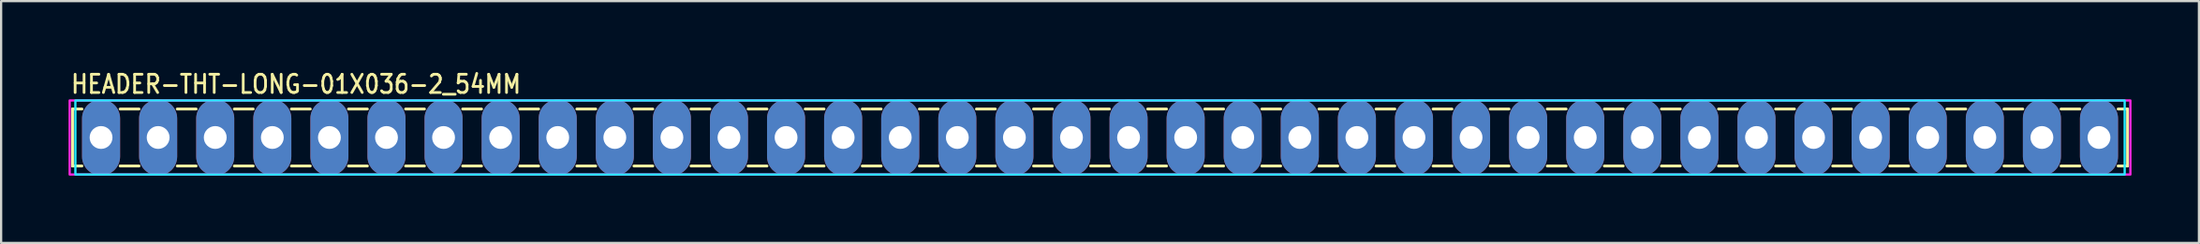
<source format=kicad_pcb>
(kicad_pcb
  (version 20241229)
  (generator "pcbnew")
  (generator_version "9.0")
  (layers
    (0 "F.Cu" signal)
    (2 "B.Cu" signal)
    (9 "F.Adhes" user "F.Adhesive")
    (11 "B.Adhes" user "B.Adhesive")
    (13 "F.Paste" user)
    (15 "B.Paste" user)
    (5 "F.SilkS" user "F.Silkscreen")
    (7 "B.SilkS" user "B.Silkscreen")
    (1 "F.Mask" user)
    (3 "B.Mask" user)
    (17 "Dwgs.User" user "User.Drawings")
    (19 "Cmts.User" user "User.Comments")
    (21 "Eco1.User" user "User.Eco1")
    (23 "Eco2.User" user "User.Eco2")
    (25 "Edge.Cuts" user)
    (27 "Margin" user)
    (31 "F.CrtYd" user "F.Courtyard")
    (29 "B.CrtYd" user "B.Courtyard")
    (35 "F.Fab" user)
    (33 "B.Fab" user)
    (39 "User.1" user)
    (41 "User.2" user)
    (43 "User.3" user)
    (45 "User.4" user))
  (footprint "HEADER-THT-LONG-01X036-2_54MM"
    (layer "F.Cu")
    (at 1.447 3.079)
    (property "Reference" "HEADER-THT-LONG-01X036-2_54MM" (at -1.4 -1.9 0) (unlocked yes) (layer "F.SilkS") (effects (font (size 0.813 0.695) (thickness 0.122)) (justify left bottom)))
    (fp_line (start -1.27 -1.27) (end -1.27 1.27) (stroke (width 0.127) (type solid)) (layer "F.SilkS"))
    (fp_line (start -1.27 1.27) (end -0.85 1.27) (stroke (width 0.127) (type solid)) (layer "F.SilkS"))
    (fp_line (start -0.85 -1.27) (end -1.27 -1.27) (stroke (width 0.127) (type solid)) (layer "F.SilkS"))
    (fp_line (start 0.85 -1.27) (end 1.69 -1.27) (stroke (width 0.127) (type solid)) (layer "F.SilkS"))
    (fp_line (start 0.85 1.27) (end 1.69 1.27) (stroke (width 0.127) (type solid)) (layer "F.SilkS"))
    (fp_line (start 3.39 -1.27) (end 4.23 -1.27) (stroke (width 0.127) (type solid)) (layer "F.SilkS"))
    (fp_line (start 3.39 1.27) (end 4.23 1.27) (stroke (width 0.127) (type solid)) (layer "F.SilkS"))
    (fp_line (start 5.93 -1.27) (end 6.77 -1.27) (stroke (width 0.127) (type solid)) (layer "F.SilkS"))
    (fp_line (start 5.93 1.27) (end 6.77 1.27) (stroke (width 0.127) (type solid)) (layer "F.SilkS"))
    (fp_line (start 8.47 -1.27) (end 9.31 -1.27) (stroke (width 0.127) (type solid)) (layer "F.SilkS"))
    (fp_line (start 8.47 1.27) (end 9.31 1.27) (stroke (width 0.127) (type solid)) (layer "F.SilkS"))
    (fp_line (start 11.01 -1.27) (end 11.85 -1.27) (stroke (width 0.127) (type solid)) (layer "F.SilkS"))
    (fp_line (start 11.01 1.27) (end 11.85 1.27) (stroke (width 0.127) (type solid)) (layer "F.SilkS"))
    (fp_line (start 13.55 -1.27) (end 14.39 -1.27) (stroke (width 0.127) (type solid)) (layer "F.SilkS"))
    (fp_line (start 13.55 1.27) (end 14.39 1.27) (stroke (width 0.127) (type solid)) (layer "F.SilkS"))
    (fp_line (start 16.09 -1.27) (end 16.93 -1.27) (stroke (width 0.127) (type solid)) (layer "F.SilkS"))
    (fp_line (start 16.09 1.27) (end 16.93 1.27) (stroke (width 0.127) (type solid)) (layer "F.SilkS"))
    (fp_line (start 18.63 -1.27) (end 19.47 -1.27) (stroke (width 0.127) (type solid)) (layer "F.SilkS"))
    (fp_line (start 18.63 1.27) (end 19.47 1.27) (stroke (width 0.127) (type solid)) (layer "F.SilkS"))
    (fp_line (start 21.17 -1.27) (end 22.01 -1.27) (stroke (width 0.127) (type solid)) (layer "F.SilkS"))
    (fp_line (start 21.17 1.27) (end 22.01 1.27) (stroke (width 0.127) (type solid)) (layer "F.SilkS"))
    (fp_line (start 23.71 -1.27) (end 24.55 -1.27) (stroke (width 0.127) (type solid)) (layer "F.SilkS"))
    (fp_line (start 23.71 1.27) (end 24.55 1.27) (stroke (width 0.127) (type solid)) (layer "F.SilkS"))
    (fp_line (start 26.25 -1.27) (end 27.09 -1.27) (stroke (width 0.127) (type solid)) (layer "F.SilkS"))
    (fp_line (start 26.25 1.27) (end 27.09 1.27) (stroke (width 0.127) (type solid)) (layer "F.SilkS"))
    (fp_line (start 28.79 -1.27) (end 29.63 -1.27) (stroke (width 0.127) (type solid)) (layer "F.SilkS"))
    (fp_line (start 28.79 1.27) (end 29.63 1.27) (stroke (width 0.127) (type solid)) (layer "F.SilkS"))
    (fp_line (start 31.33 -1.27) (end 32.17 -1.27) (stroke (width 0.127) (type solid)) (layer "F.SilkS"))
    (fp_line (start 31.33 1.27) (end 32.17 1.27) (stroke (width 0.127) (type solid)) (layer "F.SilkS"))
    (fp_line (start 33.87 -1.27) (end 34.71 -1.27) (stroke (width 0.127) (type solid)) (layer "F.SilkS"))
    (fp_line (start 33.87 1.27) (end 34.71 1.27) (stroke (width 0.127) (type solid)) (layer "F.SilkS"))
    (fp_line (start 36.41 -1.27) (end 37.25 -1.27) (stroke (width 0.127) (type solid)) (layer "F.SilkS"))
    (fp_line (start 36.41 1.27) (end 37.25 1.27) (stroke (width 0.127) (type solid)) (layer "F.SilkS"))
    (fp_line (start 38.95 -1.27) (end 39.79 -1.27) (stroke (width 0.127) (type solid)) (layer "F.SilkS"))
    (fp_line (start 38.95 1.27) (end 39.79 1.27) (stroke (width 0.127) (type solid)) (layer "F.SilkS"))
    (fp_line (start 41.49 -1.27) (end 42.33 -1.27) (stroke (width 0.127) (type solid)) (layer "F.SilkS"))
    (fp_line (start 41.49 1.27) (end 42.33 1.27) (stroke (width 0.127) (type solid)) (layer "F.SilkS"))
    (fp_line (start 44.03 -1.27) (end 44.87 -1.27) (stroke (width 0.127) (type solid)) (layer "F.SilkS"))
    (fp_line (start 44.03 1.27) (end 44.87 1.27) (stroke (width 0.127) (type solid)) (layer "F.SilkS"))
    (fp_line (start 46.57 -1.27) (end 47.41 -1.27) (stroke (width 0.127) (type solid)) (layer "F.SilkS"))
    (fp_line (start 46.57 1.27) (end 47.41 1.27) (stroke (width 0.127) (type solid)) (layer "F.SilkS"))
    (fp_line (start 49.11 -1.27) (end 49.95 -1.27) (stroke (width 0.127) (type solid)) (layer "F.SilkS"))
    (fp_line (start 49.11 1.27) (end 49.95 1.27) (stroke (width 0.127) (type solid)) (layer "F.SilkS"))
    (fp_line (start 51.65 -1.27) (end 52.49 -1.27) (stroke (width 0.127) (type solid)) (layer "F.SilkS"))
    (fp_line (start 51.65 1.27) (end 52.49 1.27) (stroke (width 0.127) (type solid)) (layer "F.SilkS"))
    (fp_line (start 54.19 -1.27) (end 55.03 -1.27) (stroke (width 0.127) (type solid)) (layer "F.SilkS"))
    (fp_line (start 54.19 1.27) (end 55.03 1.27) (stroke (width 0.127) (type solid)) (layer "F.SilkS"))
    (fp_line (start 56.73 -1.27) (end 57.57 -1.27) (stroke (width 0.127) (type solid)) (layer "F.SilkS"))
    (fp_line (start 56.73 1.27) (end 57.57 1.27) (stroke (width 0.127) (type solid)) (layer "F.SilkS"))
    (fp_line (start 59.27 -1.27) (end 60.11 -1.27) (stroke (width 0.127) (type solid)) (layer "F.SilkS"))
    (fp_line (start 59.27 1.27) (end 60.11 1.27) (stroke (width 0.127) (type solid)) (layer "F.SilkS"))
    (fp_line (start 61.81 -1.27) (end 62.65 -1.27) (stroke (width 0.127) (type solid)) (layer "F.SilkS"))
    (fp_line (start 61.81 1.27) (end 62.65 1.27) (stroke (width 0.127) (type solid)) (layer "F.SilkS"))
    (fp_line (start 64.35 -1.27) (end 65.19 -1.27) (stroke (width 0.127) (type solid)) (layer "F.SilkS"))
    (fp_line (start 64.35 1.27) (end 65.19 1.27) (stroke (width 0.127) (type solid)) (layer "F.SilkS"))
    (fp_line (start 66.89 -1.27) (end 67.73 -1.27) (stroke (width 0.127) (type solid)) (layer "F.SilkS"))
    (fp_line (start 66.89 1.27) (end 67.73 1.27) (stroke (width 0.127) (type solid)) (layer "F.SilkS"))
    (fp_line (start 69.43 -1.27) (end 70.27 -1.27) (stroke (width 0.127) (type solid)) (layer "F.SilkS"))
    (fp_line (start 69.43 1.27) (end 70.27 1.27) (stroke (width 0.127) (type solid)) (layer "F.SilkS"))
    (fp_line (start 71.97 -1.27) (end 72.81 -1.27) (stroke (width 0.127) (type solid)) (layer "F.SilkS"))
    (fp_line (start 71.97 1.27) (end 72.81 1.27) (stroke (width 0.127) (type solid)) (layer "F.SilkS"))
    (fp_line (start 74.51 -1.27) (end 75.35 -1.27) (stroke (width 0.127) (type solid)) (layer "F.SilkS"))
    (fp_line (start 74.51 1.27) (end 75.35 1.27) (stroke (width 0.127) (type solid)) (layer "F.SilkS"))
    (fp_line (start 77.05 -1.27) (end 77.89 -1.27) (stroke (width 0.127) (type solid)) (layer "F.SilkS"))
    (fp_line (start 77.05 1.27) (end 77.89 1.27) (stroke (width 0.127) (type solid)) (layer "F.SilkS"))
    (fp_line (start 79.59 -1.27) (end 80.43 -1.27) (stroke (width 0.127) (type solid)) (layer "F.SilkS"))
    (fp_line (start 79.59 1.27) (end 80.43 1.27) (stroke (width 0.127) (type solid)) (layer "F.SilkS"))
    (fp_line (start 82.13 -1.27) (end 82.97 -1.27) (stroke (width 0.127) (type solid)) (layer "F.SilkS"))
    (fp_line (start 82.13 1.27) (end 82.97 1.27) (stroke (width 0.127) (type solid)) (layer "F.SilkS"))
    (fp_line (start 84.67 -1.27) (end 85.51 -1.27) (stroke (width 0.127) (type solid)) (layer "F.SilkS"))
    (fp_line (start 84.67 1.27) (end 85.51 1.27) (stroke (width 0.127) (type solid)) (layer "F.SilkS"))
    (fp_line (start 87.21 -1.27) (end 88.05 -1.27) (stroke (width 0.127) (type solid)) (layer "F.SilkS"))
    (fp_line (start 87.21 1.27) (end 88.05 1.27) (stroke (width 0.127) (type solid)) (layer "F.SilkS"))
    (fp_line (start 89.75 -1.27) (end 90.17 -1.27) (stroke (width 0.127) (type solid)) (layer "F.SilkS"))
    (fp_line (start 90.17 -1.27) (end 90.17 1.27) (stroke (width 0.127) (type solid)) (layer "F.SilkS"))
    (fp_line (start 90.17 1.27) (end 89.75 1.27) (stroke (width 0.127) (type solid)) (layer "F.SilkS"))
    (fp_poly (pts (xy -1.143 -1.651) (xy 90.043 -1.651) (xy 90.043 1.651) (xy -1.143 1.651)) (stroke (width 0.1) (type solid)) (fill no) (layer "B.CrtYd"))
    (fp_poly (pts (xy -1.397 -1.651) (xy 90.297 -1.651) (xy 90.297 1.651) (xy -1.397 1.651)) (stroke (width 0.1) (type solid)) (fill no) (layer "F.CrtYd"))
    (pad "P$1" thru_hole oval (at 0 0 90) (size 3.387 1.693) (drill 1.016) (layers "*.Cu" "*.Mask"))
    (pad "P$2" thru_hole oval (at 2.54 0 90) (size 3.387 1.693) (drill 1.016) (layers "*.Cu" "*.Mask"))
    (pad "P$3" thru_hole oval (at 5.08 0 90) (size 3.387 1.693) (drill 1.016) (layers "*.Cu" "*.Mask"))
    (pad "P$4" thru_hole oval (at 7.62 0 90) (size 3.387 1.693) (drill 1.016) (layers "*.Cu" "*.Mask"))
    (pad "P$5" thru_hole oval (at 10.16 0 90) (size 3.387 1.693) (drill 1.016) (layers "*.Cu" "*.Mask"))
    (pad "P$6" thru_hole oval (at 12.7 0 90) (size 3.387 1.693) (drill 1.016) (layers "*.Cu" "*.Mask"))
    (pad "P$7" thru_hole oval (at 15.24 0 90) (size 3.387 1.693) (drill 1.016) (layers "*.Cu" "*.Mask"))
    (pad "P$8" thru_hole oval (at 17.78 0 90) (size 3.387 1.693) (drill 1.016) (layers "*.Cu" "*.Mask"))
    (pad "P$9" thru_hole oval (at 20.32 0 90) (size 3.387 1.693) (drill 1.016) (layers "*.Cu" "*.Mask"))
    (pad "P$10" thru_hole oval (at 22.86 0 90) (size 3.387 1.693) (drill 1.016) (layers "*.Cu" "*.Mask"))
    (pad "P$11" thru_hole oval (at 25.4 0 90) (size 3.387 1.693) (drill 1.016) (layers "*.Cu" "*.Mask"))
    (pad "P$12" thru_hole oval (at 27.94 0 90) (size 3.387 1.693) (drill 1.016) (layers "*.Cu" "*.Mask"))
    (pad "P$13" thru_hole oval (at 30.48 0 90) (size 3.387 1.693) (drill 1.016) (layers "*.Cu" "*.Mask"))
    (pad "P$14" thru_hole oval (at 33.02 0 90) (size 3.387 1.693) (drill 1.016) (layers "*.Cu" "*.Mask"))
    (pad "P$15" thru_hole oval (at 35.56 0 90) (size 3.387 1.693) (drill 1.016) (layers "*.Cu" "*.Mask"))
    (pad "P$16" thru_hole oval (at 38.1 0 90) (size 3.387 1.693) (drill 1.016) (layers "*.Cu" "*.Mask"))
    (pad "P$17" thru_hole oval (at 40.64 0 90) (size 3.387 1.693) (drill 1.016) (layers "*.Cu" "*.Mask"))
    (pad "P$18" thru_hole oval (at 43.18 0 90) (size 3.387 1.693) (drill 1.016) (layers "*.Cu" "*.Mask"))
    (pad "P$19" thru_hole oval (at 45.72 0 90) (size 3.387 1.693) (drill 1.016) (layers "*.Cu" "*.Mask"))
    (pad "P$20" thru_hole oval (at 48.26 0 90) (size 3.387 1.693) (drill 1.016) (layers "*.Cu" "*.Mask"))
    (pad "P$21" thru_hole oval (at 50.8 0 90) (size 3.387 1.693) (drill 1.016) (layers "*.Cu" "*.Mask"))
    (pad "P$22" thru_hole oval (at 53.34 0 90) (size 3.387 1.693) (drill 1.016) (layers "*.Cu" "*.Mask"))
    (pad "P$23" thru_hole oval (at 55.88 0 90) (size 3.387 1.693) (drill 1.016) (layers "*.Cu" "*.Mask"))
    (pad "P$24" thru_hole oval (at 58.42 0 90) (size 3.387 1.693) (drill 1.016) (layers "*.Cu" "*.Mask"))
    (pad "P$25" thru_hole oval (at 60.96 0 90) (size 3.387 1.693) (drill 1.016) (layers "*.Cu" "*.Mask"))
    (pad "P$26" thru_hole oval (at 63.5 0 90) (size 3.387 1.693) (drill 1.016) (layers "*.Cu" "*.Mask"))
    (pad "P$27" thru_hole oval (at 66.04 0 90) (size 3.387 1.693) (drill 1.016) (layers "*.Cu" "*.Mask"))
    (pad "P$28" thru_hole oval (at 68.58 0 90) (size 3.387 1.693) (drill 1.016) (layers "*.Cu" "*.Mask"))
    (pad "P$29" thru_hole oval (at 71.12 0 90) (size 3.387 1.693) (drill 1.016) (layers "*.Cu" "*.Mask"))
    (pad "P$30" thru_hole oval (at 73.66 0 90) (size 3.387 1.693) (drill 1.016) (layers "*.Cu" "*.Mask"))
    (pad "P$31" thru_hole oval (at 76.2 0 90) (size 3.387 1.693) (drill 1.016) (layers "*.Cu" "*.Mask"))
    (pad "P$32" thru_hole oval (at 78.74 0 90) (size 3.387 1.693) (drill 1.016) (layers "*.Cu" "*.Mask"))
    (pad "P$33" thru_hole oval (at 81.28 0 90) (size 3.387 1.693) (drill 1.016) (layers "*.Cu" "*.Mask"))
    (pad "P$34" thru_hole oval (at 83.82 0 90) (size 3.387 1.693) (drill 1.016) (layers "*.Cu" "*.Mask"))
    (pad "P$35" thru_hole oval (at 86.36 0 90) (size 3.387 1.693) (drill 1.016) (layers "*.Cu" "*.Mask"))
    (pad "P$36" thru_hole oval (at 88.9 0 90) (size 3.387 1.693) (drill 1.016) (layers "*.Cu" "*.Mask")))
  (gr_rect
    (start -3 -3)
    (end 94.794 7.78)
    (stroke (width 0.1) (type default))
    (fill no)
    (layer "Edge.Cuts")))
</source>
